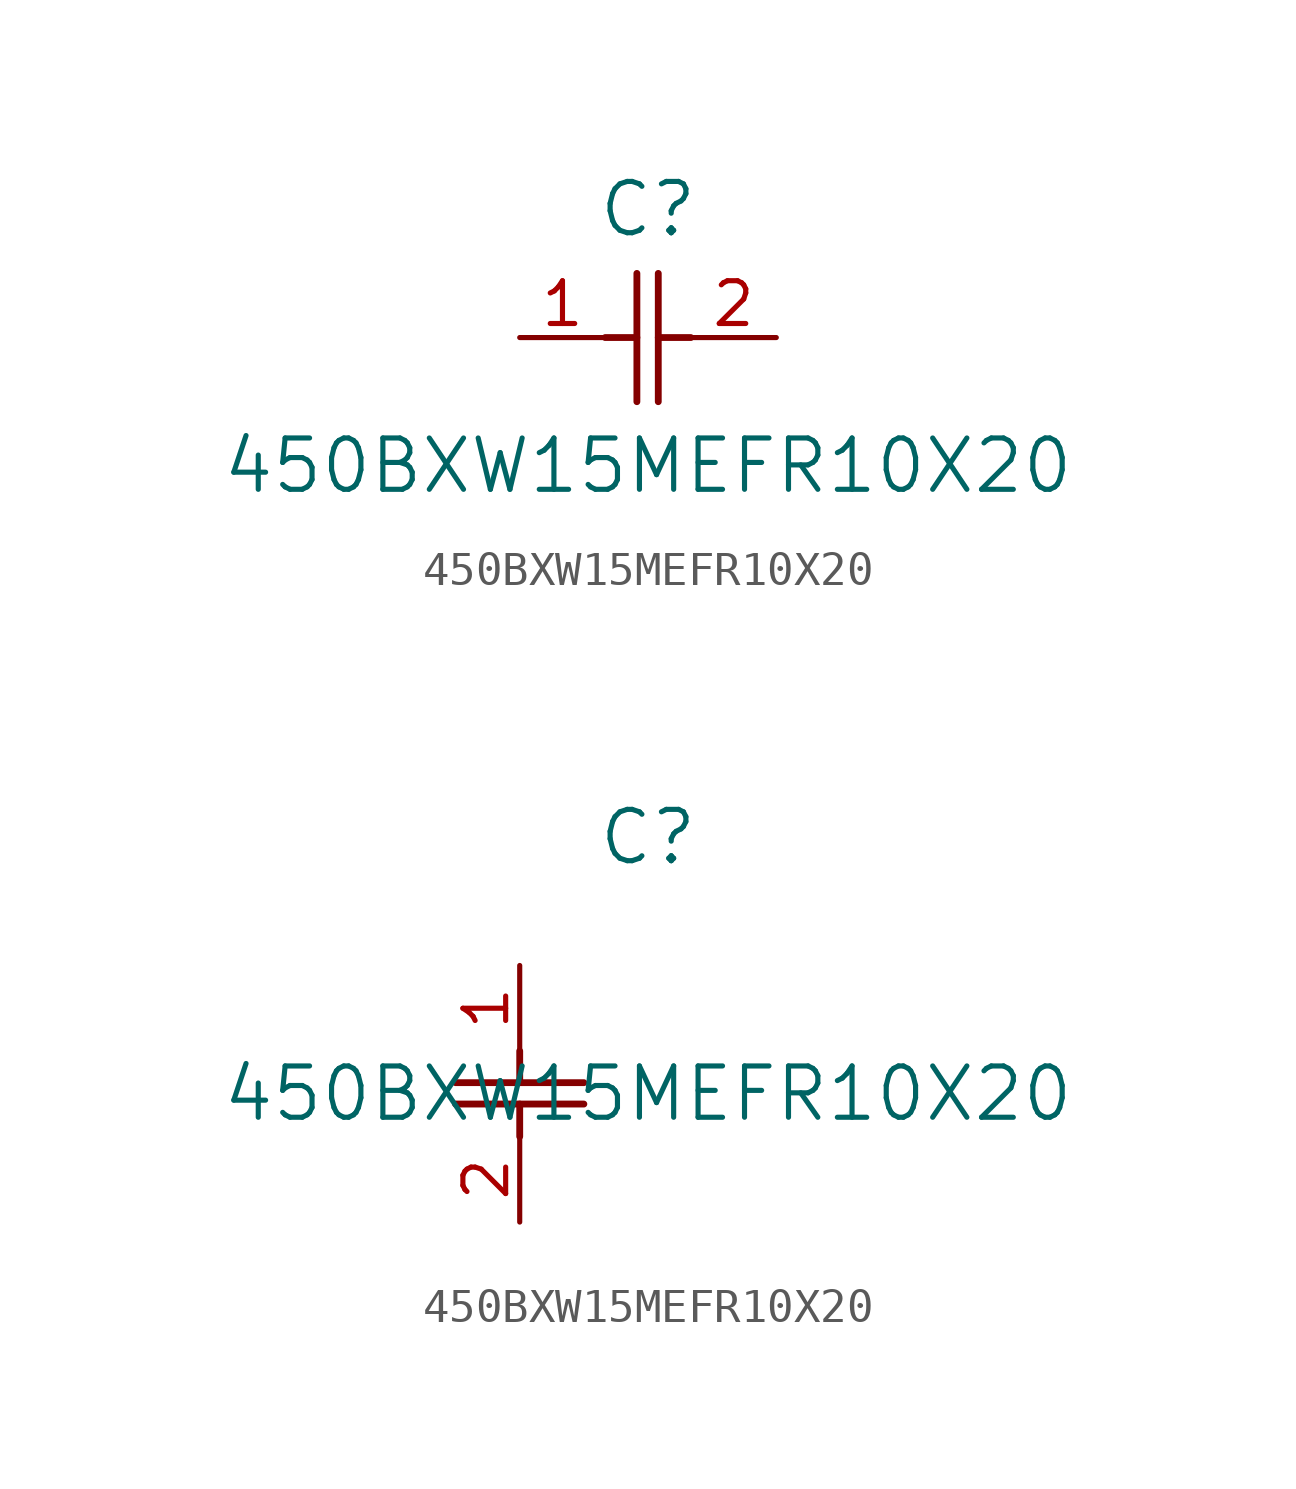
<source format=kicad_sym>
(kicad_symbol_lib
  (version 20211014)
  (generator kicad_symbol_editor)
  (symbol "450BXW15MEFR10X20"
    (pin_names
      (offset 0.254))
    (property "Reference" "C"
      (at 3.81 3.81 0)
      (effects (font (size 1.524 1.524))))
    (property "Value" "450BXW15MEFR10X20"
      (at 3.81 -3.81 0)
      (effects (font (size 1.524 1.524))))
    (symbol "450BXW15MEFR10X20_1_1"
      (polyline (pts (xy 3.48 -1.905) (xy 3.48 1.905)) (stroke (width 0.203) (type default) (color 0 0 0 0)) (fill (type none)))
      (polyline (pts (xy 4.115 -1.905) (xy 4.115 1.905)) (stroke (width 0.203) (type default) (color 0 0 0 0)) (fill (type none)))
      (polyline (pts (xy 4.115 0) (xy 5.08 0)) (stroke (width 0.203) (type default) (color 0 0 0 0)) (fill (type none)))
      (polyline (pts (xy 2.54 0) (xy 3.48 0)) (stroke (width 0.203) (type default) (color 0 0 0 0)) (fill (type none)))
      (pin unspecified line (at 0 0 0) (length 2.54) (name "" (effects (font (size 1.27 1.27)))) (number "1" (effects (font (size 1.27 1.27)))))
      (pin unspecified line (at 7.62 0 180) (length 2.54) (name "" (effects (font (size 1.27 1.27)))) (number "2" (effects (font (size 1.27 1.27))))))
    (symbol "450BXW15MEFR10X20_1_2"
      (polyline (pts (xy -1.905 -3.48) (xy 1.905 -3.48)) (stroke (width 0.203) (type default) (color 0 0 0 0)) (fill (type none)))
      (polyline (pts (xy -1.905 -4.115) (xy 1.905 -4.115)) (stroke (width 0.203) (type default) (color 0 0 0 0)) (fill (type none)))
      (polyline (pts (xy 0 -4.115) (xy 0 -5.08)) (stroke (width 0.203) (type default) (color 0 0 0 0)) (fill (type none)))
      (polyline (pts (xy 0 -2.54) (xy 0 -3.48)) (stroke (width 0.203) (type default) (color 0 0 0 0)) (fill (type none)))
      (pin unspecified line (at 0 0 270) (length 2.54) (name "" (effects (font (size 1.27 1.27)))) (number "1" (effects (font (size 1.27 1.27)))))
      (pin unspecified line (at 0 -7.62 90) (length 2.54) (name "" (effects (font (size 1.27 1.27)))) (number "2" (effects (font (size 1.27 1.27))))))))
</source>
